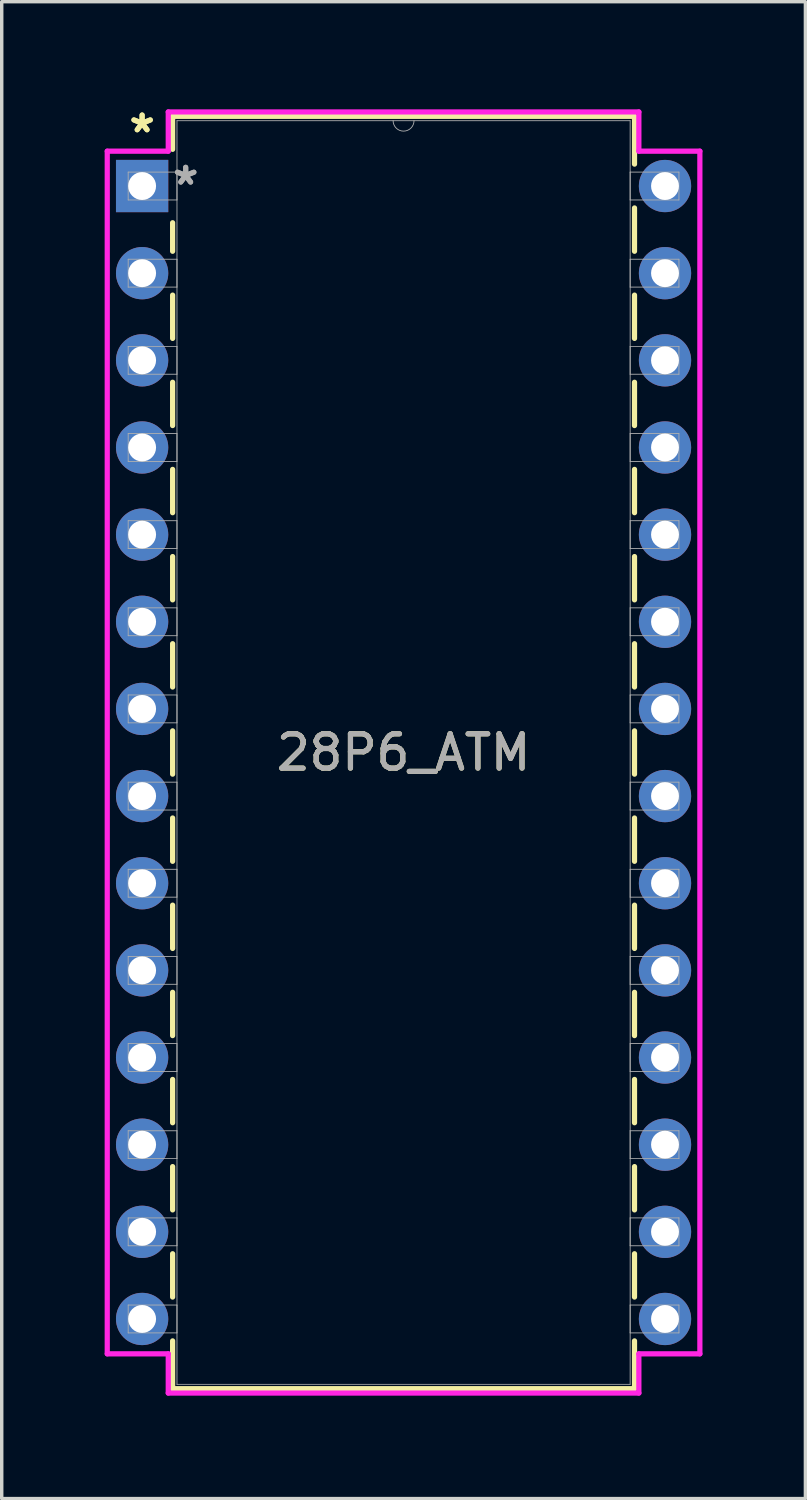
<source format=kicad_pcb>
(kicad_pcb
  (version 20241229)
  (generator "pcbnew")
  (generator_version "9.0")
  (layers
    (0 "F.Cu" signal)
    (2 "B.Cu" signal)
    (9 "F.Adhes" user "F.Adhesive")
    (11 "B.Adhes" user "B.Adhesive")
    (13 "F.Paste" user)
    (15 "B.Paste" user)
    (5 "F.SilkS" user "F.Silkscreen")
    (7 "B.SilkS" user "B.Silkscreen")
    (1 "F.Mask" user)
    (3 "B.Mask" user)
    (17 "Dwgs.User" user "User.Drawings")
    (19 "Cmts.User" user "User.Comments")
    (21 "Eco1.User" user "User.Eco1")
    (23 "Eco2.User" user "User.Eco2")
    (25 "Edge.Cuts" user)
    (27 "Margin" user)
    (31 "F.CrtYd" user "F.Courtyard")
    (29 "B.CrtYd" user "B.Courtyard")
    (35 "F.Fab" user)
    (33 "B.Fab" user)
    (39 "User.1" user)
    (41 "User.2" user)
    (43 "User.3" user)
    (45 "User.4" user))
  (footprint "28P6_ATM"
    (layer "F.Cu")
    (at 1.092 2.372)
    (property "Reference" "28P6_ATM" (at 7.62 16.51 0) (unlocked yes) (layer "F.SilkS") (effects (font (size 1 1) (thickness 0.15))))
    (attr through_hole)
    (fp_line (start 0.889 -2.032) (end 0.889 -1.07) (stroke (width 0.152) (type solid)) (layer "F.SilkS"))
    (fp_line (start 0.889 1.07) (end 0.889 1.901) (stroke (width 0.152) (type solid)) (layer "F.SilkS"))
    (fp_line (start 0.889 3.179) (end 0.889 4.441) (stroke (width 0.152) (type solid)) (layer "F.SilkS"))
    (fp_line (start 0.889 5.719) (end 0.889 6.981) (stroke (width 0.152) (type solid)) (layer "F.SilkS"))
    (fp_line (start 0.889 8.259) (end 0.889 9.521) (stroke (width 0.152) (type solid)) (layer "F.SilkS"))
    (fp_line (start 0.889 10.799) (end 0.889 12.061) (stroke (width 0.152) (type solid)) (layer "F.SilkS"))
    (fp_line (start 0.889 13.339) (end 0.889 14.601) (stroke (width 0.152) (type solid)) (layer "F.SilkS"))
    (fp_line (start 0.889 15.879) (end 0.889 17.141) (stroke (width 0.152) (type solid)) (layer "F.SilkS"))
    (fp_line (start 0.889 18.419) (end 0.889 19.681) (stroke (width 0.152) (type solid)) (layer "F.SilkS"))
    (fp_line (start 0.889 20.959) (end 0.889 22.221) (stroke (width 0.152) (type solid)) (layer "F.SilkS"))
    (fp_line (start 0.889 23.499) (end 0.889 24.761) (stroke (width 0.152) (type solid)) (layer "F.SilkS"))
    (fp_line (start 0.889 26.039) (end 0.889 27.301) (stroke (width 0.152) (type solid)) (layer "F.SilkS"))
    (fp_line (start 0.889 28.579) (end 0.889 29.841) (stroke (width 0.152) (type solid)) (layer "F.SilkS"))
    (fp_line (start 0.889 31.119) (end 0.889 32.381) (stroke (width 0.152) (type solid)) (layer "F.SilkS"))
    (fp_line (start 0.889 33.659) (end 0.889 35.052) (stroke (width 0.152) (type solid)) (layer "F.SilkS"))
    (fp_line (start 0.889 35.052) (end 14.351 35.052) (stroke (width 0.152) (type solid)) (layer "F.SilkS"))
    (fp_line (start 14.351 -2.032) (end 0.889 -2.032) (stroke (width 0.152) (type solid)) (layer "F.SilkS"))
    (fp_line (start 14.351 -0.639) (end 14.351 -2.032) (stroke (width 0.152) (type solid)) (layer "F.SilkS"))
    (fp_line (start 14.351 1.901) (end 14.351 0.639) (stroke (width 0.152) (type solid)) (layer "F.SilkS"))
    (fp_line (start 14.351 4.441) (end 14.351 3.179) (stroke (width 0.152) (type solid)) (layer "F.SilkS"))
    (fp_line (start 14.351 6.981) (end 14.351 5.719) (stroke (width 0.152) (type solid)) (layer "F.SilkS"))
    (fp_line (start 14.351 9.521) (end 14.351 8.259) (stroke (width 0.152) (type solid)) (layer "F.SilkS"))
    (fp_line (start 14.351 12.061) (end 14.351 10.799) (stroke (width 0.152) (type solid)) (layer "F.SilkS"))
    (fp_line (start 14.351 14.601) (end 14.351 13.339) (stroke (width 0.152) (type solid)) (layer "F.SilkS"))
    (fp_line (start 14.351 17.141) (end 14.351 15.879) (stroke (width 0.152) (type solid)) (layer "F.SilkS"))
    (fp_line (start 14.351 19.681) (end 14.351 18.419) (stroke (width 0.152) (type solid)) (layer "F.SilkS"))
    (fp_line (start 14.351 22.221) (end 14.351 20.959) (stroke (width 0.152) (type solid)) (layer "F.SilkS"))
    (fp_line (start 14.351 24.761) (end 14.351 23.499) (stroke (width 0.152) (type solid)) (layer "F.SilkS"))
    (fp_line (start 14.351 27.301) (end 14.351 26.039) (stroke (width 0.152) (type solid)) (layer "F.SilkS"))
    (fp_line (start 14.351 29.841) (end 14.351 28.579) (stroke (width 0.152) (type solid)) (layer "F.SilkS"))
    (fp_line (start 14.351 32.381) (end 14.351 31.119) (stroke (width 0.152) (type solid)) (layer "F.SilkS"))
    (fp_line (start 14.351 35.052) (end 14.351 33.659) (stroke (width 0.152) (type solid)) (layer "F.SilkS"))
    (fp_line (start -1.016 -1.016) (end 0.762 -1.016) (stroke (width 0.152) (type solid)) (layer "F.CrtYd"))
    (fp_line (start -1.016 34.036) (end -1.016 -1.016) (stroke (width 0.152) (type solid)) (layer "F.CrtYd"))
    (fp_line (start 0.762 -2.159) (end 14.478 -2.159) (stroke (width 0.152) (type solid)) (layer "F.CrtYd"))
    (fp_line (start 0.762 -1.016) (end 0.762 -2.159) (stroke (width 0.152) (type solid)) (layer "F.CrtYd"))
    (fp_line (start 0.762 34.036) (end -1.016 34.036) (stroke (width 0.152) (type solid)) (layer "F.CrtYd"))
    (fp_line (start 0.762 35.179) (end 0.762 34.036) (stroke (width 0.152) (type solid)) (layer "F.CrtYd"))
    (fp_line (start 14.478 -2.159) (end 14.478 -1.016) (stroke (width 0.152) (type solid)) (layer "F.CrtYd"))
    (fp_line (start 14.478 34.036) (end 14.478 35.179) (stroke (width 0.152) (type solid)) (layer "F.CrtYd"))
    (fp_line (start 14.478 35.179) (end 0.762 35.179) (stroke (width 0.152) (type solid)) (layer "F.CrtYd"))
    (fp_line (start 16.256 -1.016) (end 14.478 -1.016) (stroke (width 0.152) (type solid)) (layer "F.CrtYd"))
    (fp_line (start 16.256 -1.016) (end 16.256 34.036) (stroke (width 0.152) (type solid)) (layer "F.CrtYd"))
    (fp_line (start 16.256 34.036) (end 14.478 34.036) (stroke (width 0.152) (type solid)) (layer "F.CrtYd"))
    (fp_line (start -0.406 -0.406) (end -0.406 0.406) (stroke (width 0.025) (type solid)) (layer "F.Fab"))
    (fp_line (start -0.406 0.406) (end 1.016 0.406) (stroke (width 0.025) (type solid)) (layer "F.Fab"))
    (fp_line (start -0.406 2.134) (end -0.406 2.946) (stroke (width 0.025) (type solid)) (layer "F.Fab"))
    (fp_line (start -0.406 2.946) (end 1.016 2.946) (stroke (width 0.025) (type solid)) (layer "F.Fab"))
    (fp_line (start -0.406 4.674) (end -0.406 5.486) (stroke (width 0.025) (type solid)) (layer "F.Fab"))
    (fp_line (start -0.406 5.486) (end 1.016 5.486) (stroke (width 0.025) (type solid)) (layer "F.Fab"))
    (fp_line (start -0.406 7.214) (end -0.406 8.026) (stroke (width 0.025) (type solid)) (layer "F.Fab"))
    (fp_line (start -0.406 8.026) (end 1.016 8.026) (stroke (width 0.025) (type solid)) (layer "F.Fab"))
    (fp_line (start -0.406 9.754) (end -0.406 10.566) (stroke (width 0.025) (type solid)) (layer "F.Fab"))
    (fp_line (start -0.406 10.566) (end 1.016 10.566) (stroke (width 0.025) (type solid)) (layer "F.Fab"))
    (fp_line (start -0.406 12.294) (end -0.406 13.106) (stroke (width 0.025) (type solid)) (layer "F.Fab"))
    (fp_line (start -0.406 13.106) (end 1.016 13.106) (stroke (width 0.025) (type solid)) (layer "F.Fab"))
    (fp_line (start -0.406 14.834) (end -0.406 15.646) (stroke (width 0.025) (type solid)) (layer "F.Fab"))
    (fp_line (start -0.406 15.646) (end 1.016 15.646) (stroke (width 0.025) (type solid)) (layer "F.Fab"))
    (fp_line (start -0.406 17.374) (end -0.406 18.186) (stroke (width 0.025) (type solid)) (layer "F.Fab"))
    (fp_line (start -0.406 18.186) (end 1.016 18.186) (stroke (width 0.025) (type solid)) (layer "F.Fab"))
    (fp_line (start -0.406 19.914) (end -0.406 20.726) (stroke (width 0.025) (type solid)) (layer "F.Fab"))
    (fp_line (start -0.406 20.726) (end 1.016 20.726) (stroke (width 0.025) (type solid)) (layer "F.Fab"))
    (fp_line (start -0.406 22.454) (end -0.406 23.266) (stroke (width 0.025) (type solid)) (layer "F.Fab"))
    (fp_line (start -0.406 23.266) (end 1.016 23.266) (stroke (width 0.025) (type solid)) (layer "F.Fab"))
    (fp_line (start -0.406 24.994) (end -0.406 25.806) (stroke (width 0.025) (type solid)) (layer "F.Fab"))
    (fp_line (start -0.406 25.806) (end 1.016 25.806) (stroke (width 0.025) (type solid)) (layer "F.Fab"))
    (fp_line (start -0.406 27.534) (end -0.406 28.346) (stroke (width 0.025) (type solid)) (layer "F.Fab"))
    (fp_line (start -0.406 28.346) (end 1.016 28.346) (stroke (width 0.025) (type solid)) (layer "F.Fab"))
    (fp_line (start -0.406 30.074) (end -0.406 30.886) (stroke (width 0.025) (type solid)) (layer "F.Fab"))
    (fp_line (start -0.406 30.886) (end 1.016 30.886) (stroke (width 0.025) (type solid)) (layer "F.Fab"))
    (fp_line (start -0.406 32.614) (end -0.406 33.426) (stroke (width 0.025) (type solid)) (layer "F.Fab"))
    (fp_line (start -0.406 33.426) (end 1.016 33.426) (stroke (width 0.025) (type solid)) (layer "F.Fab"))
    (fp_line (start 1.016 -1.905) (end 1.016 34.925) (stroke (width 0.025) (type solid)) (layer "F.Fab"))
    (fp_line (start 1.016 -0.406) (end -0.406 -0.406) (stroke (width 0.025) (type solid)) (layer "F.Fab"))
    (fp_line (start 1.016 0.406) (end 1.016 -0.406) (stroke (width 0.025) (type solid)) (layer "F.Fab"))
    (fp_line (start 1.016 2.134) (end -0.406 2.134) (stroke (width 0.025) (type solid)) (layer "F.Fab"))
    (fp_line (start 1.016 2.946) (end 1.016 2.134) (stroke (width 0.025) (type solid)) (layer "F.Fab"))
    (fp_line (start 1.016 4.674) (end -0.406 4.674) (stroke (width 0.025) (type solid)) (layer "F.Fab"))
    (fp_line (start 1.016 5.486) (end 1.016 4.674) (stroke (width 0.025) (type solid)) (layer "F.Fab"))
    (fp_line (start 1.016 7.214) (end -0.406 7.214) (stroke (width 0.025) (type solid)) (layer "F.Fab"))
    (fp_line (start 1.016 8.026) (end 1.016 7.214) (stroke (width 0.025) (type solid)) (layer "F.Fab"))
    (fp_line (start 1.016 9.754) (end -0.406 9.754) (stroke (width 0.025) (type solid)) (layer "F.Fab"))
    (fp_line (start 1.016 10.566) (end 1.016 9.754) (stroke (width 0.025) (type solid)) (layer "F.Fab"))
    (fp_line (start 1.016 12.294) (end -0.406 12.294) (stroke (width 0.025) (type solid)) (layer "F.Fab"))
    (fp_line (start 1.016 13.106) (end 1.016 12.294) (stroke (width 0.025) (type solid)) (layer "F.Fab"))
    (fp_line (start 1.016 14.834) (end -0.406 14.834) (stroke (width 0.025) (type solid)) (layer "F.Fab"))
    (fp_line (start 1.016 15.646) (end 1.016 14.834) (stroke (width 0.025) (type solid)) (layer "F.Fab"))
    (fp_line (start 1.016 17.374) (end -0.406 17.374) (stroke (width 0.025) (type solid)) (layer "F.Fab"))
    (fp_line (start 1.016 18.186) (end 1.016 17.374) (stroke (width 0.025) (type solid)) (layer "F.Fab"))
    (fp_line (start 1.016 19.914) (end -0.406 19.914) (stroke (width 0.025) (type solid)) (layer "F.Fab"))
    (fp_line (start 1.016 20.726) (end 1.016 19.914) (stroke (width 0.025) (type solid)) (layer "F.Fab"))
    (fp_line (start 1.016 22.454) (end -0.406 22.454) (stroke (width 0.025) (type solid)) (layer "F.Fab"))
    (fp_line (start 1.016 23.266) (end 1.016 22.454) (stroke (width 0.025) (type solid)) (layer "F.Fab"))
    (fp_line (start 1.016 24.994) (end -0.406 24.994) (stroke (width 0.025) (type solid)) (layer "F.Fab"))
    (fp_line (start 1.016 25.806) (end 1.016 24.994) (stroke (width 0.025) (type solid)) (layer "F.Fab"))
    (fp_line (start 1.016 27.534) (end -0.406 27.534) (stroke (width 0.025) (type solid)) (layer "F.Fab"))
    (fp_line (start 1.016 28.346) (end 1.016 27.534) (stroke (width 0.025) (type solid)) (layer "F.Fab"))
    (fp_line (start 1.016 30.074) (end -0.406 30.074) (stroke (width 0.025) (type solid)) (layer "F.Fab"))
    (fp_line (start 1.016 30.886) (end 1.016 30.074) (stroke (width 0.025) (type solid)) (layer "F.Fab"))
    (fp_line (start 1.016 32.614) (end -0.406 32.614) (stroke (width 0.025) (type solid)) (layer "F.Fab"))
    (fp_line (start 1.016 33.426) (end 1.016 32.614) (stroke (width 0.025) (type solid)) (layer "F.Fab"))
    (fp_line (start 1.016 34.925) (end 14.224 34.925) (stroke (width 0.025) (type solid)) (layer "F.Fab"))
    (fp_line (start 14.224 -1.905) (end 1.016 -1.905) (stroke (width 0.025) (type solid)) (layer "F.Fab"))
    (fp_line (start 14.224 -0.406) (end 14.224 0.406) (stroke (width 0.025) (type solid)) (layer "F.Fab"))
    (fp_line (start 14.224 0.406) (end 15.646 0.406) (stroke (width 0.025) (type solid)) (layer "F.Fab"))
    (fp_line (start 14.224 2.134) (end 14.224 2.946) (stroke (width 0.025) (type solid)) (layer "F.Fab"))
    (fp_line (start 14.224 2.946) (end 15.646 2.946) (stroke (width 0.025) (type solid)) (layer "F.Fab"))
    (fp_line (start 14.224 4.674) (end 14.224 5.486) (stroke (width 0.025) (type solid)) (layer "F.Fab"))
    (fp_line (start 14.224 5.486) (end 15.646 5.486) (stroke (width 0.025) (type solid)) (layer "F.Fab"))
    (fp_line (start 14.224 7.214) (end 14.224 8.026) (stroke (width 0.025) (type solid)) (layer "F.Fab"))
    (fp_line (start 14.224 8.026) (end 15.646 8.026) (stroke (width 0.025) (type solid)) (layer "F.Fab"))
    (fp_line (start 14.224 9.754) (end 14.224 10.566) (stroke (width 0.025) (type solid)) (layer "F.Fab"))
    (fp_line (start 14.224 10.566) (end 15.646 10.566) (stroke (width 0.025) (type solid)) (layer "F.Fab"))
    (fp_line (start 14.224 12.294) (end 14.224 13.106) (stroke (width 0.025) (type solid)) (layer "F.Fab"))
    (fp_line (start 14.224 13.106) (end 15.646 13.106) (stroke (width 0.025) (type solid)) (layer "F.Fab"))
    (fp_line (start 14.224 14.834) (end 14.224 15.646) (stroke (width 0.025) (type solid)) (layer "F.Fab"))
    (fp_line (start 14.224 15.646) (end 15.646 15.646) (stroke (width 0.025) (type solid)) (layer "F.Fab"))
    (fp_line (start 14.224 17.374) (end 14.224 18.186) (stroke (width 0.025) (type solid)) (layer "F.Fab"))
    (fp_line (start 14.224 18.186) (end 15.646 18.186) (stroke (width 0.025) (type solid)) (layer "F.Fab"))
    (fp_line (start 14.224 19.914) (end 14.224 20.726) (stroke (width 0.025) (type solid)) (layer "F.Fab"))
    (fp_line (start 14.224 20.726) (end 15.646 20.726) (stroke (width 0.025) (type solid)) (layer "F.Fab"))
    (fp_line (start 14.224 22.454) (end 14.224 23.266) (stroke (width 0.025) (type solid)) (layer "F.Fab"))
    (fp_line (start 14.224 23.266) (end 15.646 23.266) (stroke (width 0.025) (type solid)) (layer "F.Fab"))
    (fp_line (start 14.224 24.994) (end 14.224 25.806) (stroke (width 0.025) (type solid)) (layer "F.Fab"))
    (fp_line (start 14.224 25.806) (end 15.646 25.806) (stroke (width 0.025) (type solid)) (layer "F.Fab"))
    (fp_line (start 14.224 27.534) (end 14.224 28.346) (stroke (width 0.025) (type solid)) (layer "F.Fab"))
    (fp_line (start 14.224 28.346) (end 15.646 28.346) (stroke (width 0.025) (type solid)) (layer "F.Fab"))
    (fp_line (start 14.224 30.074) (end 14.224 30.886) (stroke (width 0.025) (type solid)) (layer "F.Fab"))
    (fp_line (start 14.224 30.886) (end 15.646 30.886) (stroke (width 0.025) (type solid)) (layer "F.Fab"))
    (fp_line (start 14.224 32.614) (end 14.224 33.426) (stroke (width 0.025) (type solid)) (layer "F.Fab"))
    (fp_line (start 14.224 33.426) (end 15.646 33.426) (stroke (width 0.025) (type solid)) (layer "F.Fab"))
    (fp_line (start 14.224 34.925) (end 14.224 -1.905) (stroke (width 0.025) (type solid)) (layer "F.Fab"))
    (fp_line (start 15.646 -0.406) (end 14.224 -0.406) (stroke (width 0.025) (type solid)) (layer "F.Fab"))
    (fp_line (start 15.646 0.406) (end 15.646 -0.406) (stroke (width 0.025) (type solid)) (layer "F.Fab"))
    (fp_line (start 15.646 2.134) (end 14.224 2.134) (stroke (width 0.025) (type solid)) (layer "F.Fab"))
    (fp_line (start 15.646 2.946) (end 15.646 2.134) (stroke (width 0.025) (type solid)) (layer "F.Fab"))
    (fp_line (start 15.646 4.674) (end 14.224 4.674) (stroke (width 0.025) (type solid)) (layer "F.Fab"))
    (fp_line (start 15.646 5.486) (end 15.646 4.674) (stroke (width 0.025) (type solid)) (layer "F.Fab"))
    (fp_line (start 15.646 7.214) (end 14.224 7.214) (stroke (width 0.025) (type solid)) (layer "F.Fab"))
    (fp_line (start 15.646 8.026) (end 15.646 7.214) (stroke (width 0.025) (type solid)) (layer "F.Fab"))
    (fp_line (start 15.646 9.754) (end 14.224 9.754) (stroke (width 0.025) (type solid)) (layer "F.Fab"))
    (fp_line (start 15.646 10.566) (end 15.646 9.754) (stroke (width 0.025) (type solid)) (layer "F.Fab"))
    (fp_line (start 15.646 12.294) (end 14.224 12.294) (stroke (width 0.025) (type solid)) (layer "F.Fab"))
    (fp_line (start 15.646 13.106) (end 15.646 12.294) (stroke (width 0.025) (type solid)) (layer "F.Fab"))
    (fp_line (start 15.646 14.834) (end 14.224 14.834) (stroke (width 0.025) (type solid)) (layer "F.Fab"))
    (fp_line (start 15.646 15.646) (end 15.646 14.834) (stroke (width 0.025) (type solid)) (layer "F.Fab"))
    (fp_line (start 15.646 17.374) (end 14.224 17.374) (stroke (width 0.025) (type solid)) (layer "F.Fab"))
    (fp_line (start 15.646 18.186) (end 15.646 17.374) (stroke (width 0.025) (type solid)) (layer "F.Fab"))
    (fp_line (start 15.646 19.914) (end 14.224 19.914) (stroke (width 0.025) (type solid)) (layer "F.Fab"))
    (fp_line (start 15.646 20.726) (end 15.646 19.914) (stroke (width 0.025) (type solid)) (layer "F.Fab"))
    (fp_line (start 15.646 22.454) (end 14.224 22.454) (stroke (width 0.025) (type solid)) (layer "F.Fab"))
    (fp_line (start 15.646 23.266) (end 15.646 22.454) (stroke (width 0.025) (type solid)) (layer "F.Fab"))
    (fp_line (start 15.646 24.994) (end 14.224 24.994) (stroke (width 0.025) (type solid)) (layer "F.Fab"))
    (fp_line (start 15.646 25.806) (end 15.646 24.994) (stroke (width 0.025) (type solid)) (layer "F.Fab"))
    (fp_line (start 15.646 27.534) (end 14.224 27.534) (stroke (width 0.025) (type solid)) (layer "F.Fab"))
    (fp_line (start 15.646 28.346) (end 15.646 27.534) (stroke (width 0.025) (type solid)) (layer "F.Fab"))
    (fp_line (start 15.646 30.074) (end 14.224 30.074) (stroke (width 0.025) (type solid)) (layer "F.Fab"))
    (fp_line (start 15.646 30.886) (end 15.646 30.074) (stroke (width 0.025) (type solid)) (layer "F.Fab"))
    (fp_line (start 15.646 32.614) (end 14.224 32.614) (stroke (width 0.025) (type solid)) (layer "F.Fab"))
    (fp_line (start 15.646 33.426) (end 15.646 32.614) (stroke (width 0.025) (type solid)) (layer "F.Fab"))
    (fp_arc (start 7.9248 -1.905) (mid 7.62 -1.6002) (end 7.3152 -1.905) (stroke (width 0.0254) (type solid)) (layer "F.Fab"))
    (fp_text user "*" (at 0 -1.524 0) (unlocked yes) (layer "F.SilkS") (effects (font (size 1 1) (thickness 0.15))))
    (fp_text user "*" (at 0 -1.524 0) (layer "F.SilkS") (effects (font (size 1 1) (thickness 0.15))))
    (fp_text user "${REFERENCE}" (at 7.62 16.51 0) (unlocked yes) (layer "F.Fab") (effects (font (size 1 1) (thickness 0.15))))
    (fp_text user "*" (at 1.27 0 0) (layer "F.Fab") (effects (font (size 1 1) (thickness 0.15))))
    (fp_text user "*" (at 1.27 0 0) (unlocked yes) (layer "F.Fab") (effects (font (size 1 1) (thickness 0.15))))
    (pad "1" thru_hole rect (at 0 0) (size 1.524 1.524) (drill 0.813) (layers "*.Cu" "*.Mask"))
    (pad "2" thru_hole circle (at 0 2.54) (size 1.524 1.524) (drill 0.813) (layers "*.Cu" "*.Mask"))
    (pad "3" thru_hole circle (at 0 5.08) (size 1.524 1.524) (drill 0.813) (layers "*.Cu" "*.Mask"))
    (pad "4" thru_hole circle (at 0 7.62) (size 1.524 1.524) (drill 0.813) (layers "*.Cu" "*.Mask"))
    (pad "5" thru_hole circle (at 0 10.16) (size 1.524 1.524) (drill 0.813) (layers "*.Cu" "*.Mask"))
    (pad "6" thru_hole circle (at 0 12.7) (size 1.524 1.524) (drill 0.813) (layers "*.Cu" "*.Mask"))
    (pad "7" thru_hole circle (at 0 15.24) (size 1.524 1.524) (drill 0.813) (layers "*.Cu" "*.Mask"))
    (pad "8" thru_hole circle (at 0 17.78) (size 1.524 1.524) (drill 0.813) (layers "*.Cu" "*.Mask"))
    (pad "9" thru_hole circle (at 0 20.32) (size 1.524 1.524) (drill 0.813) (layers "*.Cu" "*.Mask"))
    (pad "10" thru_hole circle (at 0 22.86) (size 1.524 1.524) (drill 0.813) (layers "*.Cu" "*.Mask"))
    (pad "11" thru_hole circle (at 0 25.4) (size 1.524 1.524) (drill 0.813) (layers "*.Cu" "*.Mask"))
    (pad "12" thru_hole circle (at 0 27.94) (size 1.524 1.524) (drill 0.813) (layers "*.Cu" "*.Mask"))
    (pad "13" thru_hole circle (at 0 30.48) (size 1.524 1.524) (drill 0.813) (layers "*.Cu" "*.Mask"))
    (pad "14" thru_hole circle (at 0 33.02) (size 1.524 1.524) (drill 0.813) (layers "*.Cu" "*.Mask"))
    (pad "15" thru_hole circle (at 15.24 33.02) (size 1.524 1.524) (drill 0.813) (layers "*.Cu" "*.Mask"))
    (pad "16" thru_hole circle (at 15.24 30.48) (size 1.524 1.524) (drill 0.813) (layers "*.Cu" "*.Mask"))
    (pad "17" thru_hole circle (at 15.24 27.94) (size 1.524 1.524) (drill 0.813) (layers "*.Cu" "*.Mask"))
    (pad "18" thru_hole circle (at 15.24 25.4) (size 1.524 1.524) (drill 0.813) (layers "*.Cu" "*.Mask"))
    (pad "19" thru_hole circle (at 15.24 22.86) (size 1.524 1.524) (drill 0.813) (layers "*.Cu" "*.Mask"))
    (pad "20" thru_hole circle (at 15.24 20.32) (size 1.524 1.524) (drill 0.813) (layers "*.Cu" "*.Mask"))
    (pad "21" thru_hole circle (at 15.24 17.78) (size 1.524 1.524) (drill 0.813) (layers "*.Cu" "*.Mask"))
    (pad "22" thru_hole circle (at 15.24 15.24) (size 1.524 1.524) (drill 0.813) (layers "*.Cu" "*.Mask"))
    (pad "23" thru_hole circle (at 15.24 12.7) (size 1.524 1.524) (drill 0.813) (layers "*.Cu" "*.Mask"))
    (pad "24" thru_hole circle (at 15.24 10.16) (size 1.524 1.524) (drill 0.813) (layers "*.Cu" "*.Mask"))
    (pad "25" thru_hole circle (at 15.24 7.62) (size 1.524 1.524) (drill 0.813) (layers "*.Cu" "*.Mask"))
    (pad "26" thru_hole circle (at 15.24 5.08) (size 1.524 1.524) (drill 0.813) (layers "*.Cu" "*.Mask"))
    (pad "27" thru_hole circle (at 15.24 2.54) (size 1.524 1.524) (drill 0.813) (layers "*.Cu" "*.Mask"))
    (pad "28" thru_hole circle (at 15.24 0) (size 1.524 1.524) (drill 0.813) (layers "*.Cu" "*.Mask")))
  (gr_rect
    (start -3 -3)
    (end 20.424 40.627)
    (stroke (width 0.1) (type default))
    (fill no)
    (layer "Edge.Cuts")))
</source>
